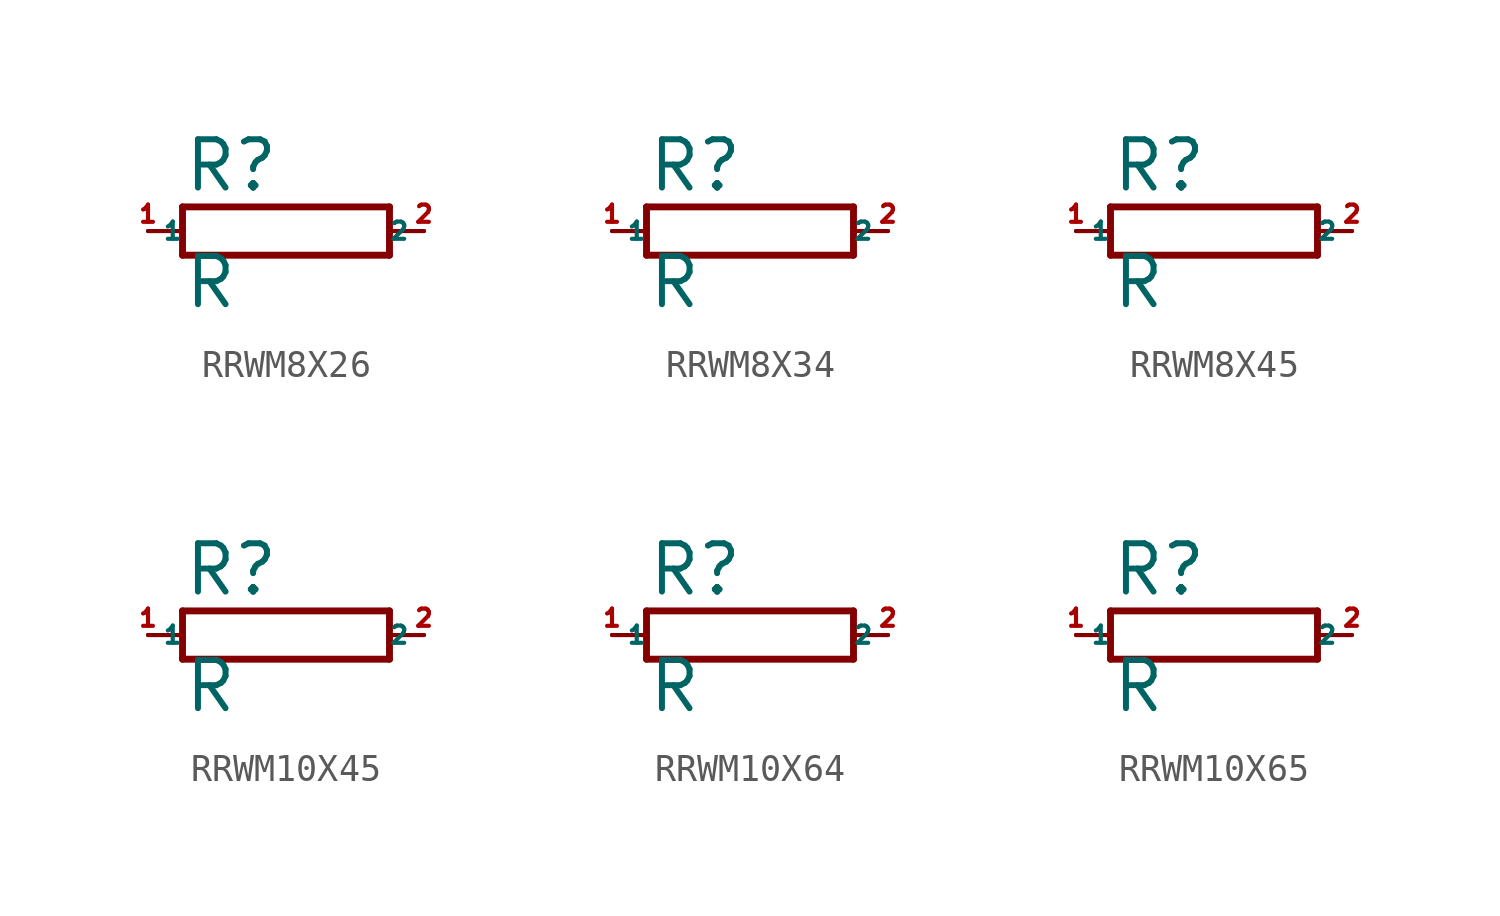
<source format=kicad_sym>
(kicad_symbol_lib
  (version 20220914)
  (generator Eagle2Kicad)
  (symbol "RRWM8X26"
    (property "Reference" "R"
      (at -3.81 1.372 0)
      (effects (font (size 1.778 1.778) (thickness 0.22)) (justify left bottom)))
    (property "Value" "R"
      (at -3.81 -2.921 0)
      (effects (font (size 1.778 1.778) (thickness 0.22)) (justify left bottom)))
    (polyline
      (pts (xy -3.81 -0.889) (xy 3.81 -0.889))
      (stroke (width 0.254) (type default))
      (fill (type none)))
    (polyline
      (pts (xy 3.81 -0.889) (xy 3.81 0))
      (stroke (width 0.254) (type default))
      (fill (type none)))
    (polyline
      (pts (xy 3.81 0.889) (xy -3.81 0.889))
      (stroke (width 0.254) (type default))
      (fill (type none)))
    (polyline
      (pts (xy -3.81 -0.889) (xy -3.81 0))
      (stroke (width 0.254) (type default))
      (fill (type none)))
    (polyline
      (pts (xy 3.81 0) (xy 5.08 0))
      (stroke (width 0.152) (type default))
      (fill (type none)))
    (polyline
      (pts (xy 3.81 0) (xy 3.81 0.889))
      (stroke (width 0.254) (type default))
      (fill (type none)))
    (polyline
      (pts (xy -5.08 0) (xy -3.81 0))
      (stroke (width 0.152) (type default))
      (fill (type none)))
    (polyline
      (pts (xy -3.81 0) (xy -3.81 0.889))
      (stroke (width 0.254) (type default))
      (fill (type none)))
    (pin passive line
      (at 5.08 0 180)
      (length 0)
      (name "2" (effects (font (size 0.635 0.635) (thickness 0.08)) (justify left bottom)))
      (number "2" (effects (font (size 0.635 0.635) (thickness 0.08)) (justify left bottom))))
    (pin passive line
      (at -5.08 0 0)
      (length 0)
      (name "1" (effects (font (size 0.635 0.635) (thickness 0.08)) (justify left bottom)))
      (number "1" (effects (font (size 0.635 0.635) (thickness 0.08)) (justify left bottom)))))
  (symbol "RRWM8X34"
    (property "Reference" "R"
      (at -3.81 1.372 0)
      (effects (font (size 1.778 1.778) (thickness 0.22)) (justify left bottom)))
    (property "Value" "R"
      (at -3.81 -2.921 0)
      (effects (font (size 1.778 1.778) (thickness 0.22)) (justify left bottom)))
    (polyline
      (pts (xy -3.81 -0.889) (xy 3.81 -0.889))
      (stroke (width 0.254) (type default))
      (fill (type none)))
    (polyline
      (pts (xy 3.81 -0.889) (xy 3.81 0))
      (stroke (width 0.254) (type default))
      (fill (type none)))
    (polyline
      (pts (xy 3.81 0.889) (xy -3.81 0.889))
      (stroke (width 0.254) (type default))
      (fill (type none)))
    (polyline
      (pts (xy -3.81 -0.889) (xy -3.81 0))
      (stroke (width 0.254) (type default))
      (fill (type none)))
    (polyline
      (pts (xy 3.81 0) (xy 5.08 0))
      (stroke (width 0.152) (type default))
      (fill (type none)))
    (polyline
      (pts (xy 3.81 0) (xy 3.81 0.889))
      (stroke (width 0.254) (type default))
      (fill (type none)))
    (polyline
      (pts (xy -5.08 0) (xy -3.81 0))
      (stroke (width 0.152) (type default))
      (fill (type none)))
    (polyline
      (pts (xy -3.81 0) (xy -3.81 0.889))
      (stroke (width 0.254) (type default))
      (fill (type none)))
    (pin passive line
      (at 5.08 0 180)
      (length 0)
      (name "2" (effects (font (size 0.635 0.635) (thickness 0.08)) (justify left bottom)))
      (number "2" (effects (font (size 0.635 0.635) (thickness 0.08)) (justify left bottom))))
    (pin passive line
      (at -5.08 0 0)
      (length 0)
      (name "1" (effects (font (size 0.635 0.635) (thickness 0.08)) (justify left bottom)))
      (number "1" (effects (font (size 0.635 0.635) (thickness 0.08)) (justify left bottom)))))
  (symbol "RRWM8X45"
    (property "Reference" "R"
      (at -3.81 1.372 0)
      (effects (font (size 1.778 1.778) (thickness 0.22)) (justify left bottom)))
    (property "Value" "R"
      (at -3.81 -2.921 0)
      (effects (font (size 1.778 1.778) (thickness 0.22)) (justify left bottom)))
    (polyline
      (pts (xy -3.81 -0.889) (xy 3.81 -0.889))
      (stroke (width 0.254) (type default))
      (fill (type none)))
    (polyline
      (pts (xy 3.81 -0.889) (xy 3.81 0))
      (stroke (width 0.254) (type default))
      (fill (type none)))
    (polyline
      (pts (xy 3.81 0.889) (xy -3.81 0.889))
      (stroke (width 0.254) (type default))
      (fill (type none)))
    (polyline
      (pts (xy -3.81 -0.889) (xy -3.81 0))
      (stroke (width 0.254) (type default))
      (fill (type none)))
    (polyline
      (pts (xy 3.81 0) (xy 5.08 0))
      (stroke (width 0.152) (type default))
      (fill (type none)))
    (polyline
      (pts (xy 3.81 0) (xy 3.81 0.889))
      (stroke (width 0.254) (type default))
      (fill (type none)))
    (polyline
      (pts (xy -5.08 0) (xy -3.81 0))
      (stroke (width 0.152) (type default))
      (fill (type none)))
    (polyline
      (pts (xy -3.81 0) (xy -3.81 0.889))
      (stroke (width 0.254) (type default))
      (fill (type none)))
    (pin passive line
      (at 5.08 0 180)
      (length 0)
      (name "2" (effects (font (size 0.635 0.635) (thickness 0.08)) (justify left bottom)))
      (number "2" (effects (font (size 0.635 0.635) (thickness 0.08)) (justify left bottom))))
    (pin passive line
      (at -5.08 0 0)
      (length 0)
      (name "1" (effects (font (size 0.635 0.635) (thickness 0.08)) (justify left bottom)))
      (number "1" (effects (font (size 0.635 0.635) (thickness 0.08)) (justify left bottom)))))
  (symbol "RRWM10X45"
    (property "Reference" "R"
      (at -3.81 1.372 0)
      (effects (font (size 1.778 1.778) (thickness 0.22)) (justify left bottom)))
    (property "Value" "R"
      (at -3.81 -2.921 0)
      (effects (font (size 1.778 1.778) (thickness 0.22)) (justify left bottom)))
    (polyline
      (pts (xy -3.81 -0.889) (xy 3.81 -0.889))
      (stroke (width 0.254) (type default))
      (fill (type none)))
    (polyline
      (pts (xy 3.81 -0.889) (xy 3.81 0))
      (stroke (width 0.254) (type default))
      (fill (type none)))
    (polyline
      (pts (xy 3.81 0.889) (xy -3.81 0.889))
      (stroke (width 0.254) (type default))
      (fill (type none)))
    (polyline
      (pts (xy -3.81 -0.889) (xy -3.81 0))
      (stroke (width 0.254) (type default))
      (fill (type none)))
    (polyline
      (pts (xy 3.81 0) (xy 5.08 0))
      (stroke (width 0.152) (type default))
      (fill (type none)))
    (polyline
      (pts (xy 3.81 0) (xy 3.81 0.889))
      (stroke (width 0.254) (type default))
      (fill (type none)))
    (polyline
      (pts (xy -5.08 0) (xy -3.81 0))
      (stroke (width 0.152) (type default))
      (fill (type none)))
    (polyline
      (pts (xy -3.81 0) (xy -3.81 0.889))
      (stroke (width 0.254) (type default))
      (fill (type none)))
    (pin passive line
      (at 5.08 0 180)
      (length 0)
      (name "2" (effects (font (size 0.635 0.635) (thickness 0.08)) (justify left bottom)))
      (number "2" (effects (font (size 0.635 0.635) (thickness 0.08)) (justify left bottom))))
    (pin passive line
      (at -5.08 0 0)
      (length 0)
      (name "1" (effects (font (size 0.635 0.635) (thickness 0.08)) (justify left bottom)))
      (number "1" (effects (font (size 0.635 0.635) (thickness 0.08)) (justify left bottom)))))
  (symbol "RRWM10X64"
    (property "Reference" "R"
      (at -3.81 1.372 0)
      (effects (font (size 1.778 1.778) (thickness 0.22)) (justify left bottom)))
    (property "Value" "R"
      (at -3.81 -2.921 0)
      (effects (font (size 1.778 1.778) (thickness 0.22)) (justify left bottom)))
    (polyline
      (pts (xy -3.81 -0.889) (xy 3.81 -0.889))
      (stroke (width 0.254) (type default))
      (fill (type none)))
    (polyline
      (pts (xy 3.81 -0.889) (xy 3.81 0))
      (stroke (width 0.254) (type default))
      (fill (type none)))
    (polyline
      (pts (xy 3.81 0.889) (xy -3.81 0.889))
      (stroke (width 0.254) (type default))
      (fill (type none)))
    (polyline
      (pts (xy -3.81 -0.889) (xy -3.81 0))
      (stroke (width 0.254) (type default))
      (fill (type none)))
    (polyline
      (pts (xy 3.81 0) (xy 5.08 0))
      (stroke (width 0.152) (type default))
      (fill (type none)))
    (polyline
      (pts (xy 3.81 0) (xy 3.81 0.889))
      (stroke (width 0.254) (type default))
      (fill (type none)))
    (polyline
      (pts (xy -5.08 0) (xy -3.81 0))
      (stroke (width 0.152) (type default))
      (fill (type none)))
    (polyline
      (pts (xy -3.81 0) (xy -3.81 0.889))
      (stroke (width 0.254) (type default))
      (fill (type none)))
    (pin passive line
      (at 5.08 0 180)
      (length 0)
      (name "2" (effects (font (size 0.635 0.635) (thickness 0.08)) (justify left bottom)))
      (number "2" (effects (font (size 0.635 0.635) (thickness 0.08)) (justify left bottom))))
    (pin passive line
      (at -5.08 0 0)
      (length 0)
      (name "1" (effects (font (size 0.635 0.635) (thickness 0.08)) (justify left bottom)))
      (number "1" (effects (font (size 0.635 0.635) (thickness 0.08)) (justify left bottom)))))
  (symbol "RRWM10X65"
    (property "Reference" "R"
      (at -3.81 1.372 0)
      (effects (font (size 1.778 1.778) (thickness 0.22)) (justify left bottom)))
    (property "Value" "R"
      (at -3.81 -2.921 0)
      (effects (font (size 1.778 1.778) (thickness 0.22)) (justify left bottom)))
    (polyline
      (pts (xy -3.81 -0.889) (xy 3.81 -0.889))
      (stroke (width 0.254) (type default))
      (fill (type none)))
    (polyline
      (pts (xy 3.81 -0.889) (xy 3.81 0))
      (stroke (width 0.254) (type default))
      (fill (type none)))
    (polyline
      (pts (xy 3.81 0.889) (xy -3.81 0.889))
      (stroke (width 0.254) (type default))
      (fill (type none)))
    (polyline
      (pts (xy -3.81 -0.889) (xy -3.81 0))
      (stroke (width 0.254) (type default))
      (fill (type none)))
    (polyline
      (pts (xy 3.81 0) (xy 5.08 0))
      (stroke (width 0.152) (type default))
      (fill (type none)))
    (polyline
      (pts (xy 3.81 0) (xy 3.81 0.889))
      (stroke (width 0.254) (type default))
      (fill (type none)))
    (polyline
      (pts (xy -5.08 0) (xy -3.81 0))
      (stroke (width 0.152) (type default))
      (fill (type none)))
    (polyline
      (pts (xy -3.81 0) (xy -3.81 0.889))
      (stroke (width 0.254) (type default))
      (fill (type none)))
    (pin passive line
      (at 5.08 0 180)
      (length 0)
      (name "2" (effects (font (size 0.635 0.635) (thickness 0.08)) (justify left bottom)))
      (number "2" (effects (font (size 0.635 0.635) (thickness 0.08)) (justify left bottom))))
    (pin passive line
      (at -5.08 0 0)
      (length 0)
      (name "1" (effects (font (size 0.635 0.635) (thickness 0.08)) (justify left bottom)))
      (number "1" (effects (font (size 0.635 0.635) (thickness 0.08)) (justify left bottom))))))
</source>
